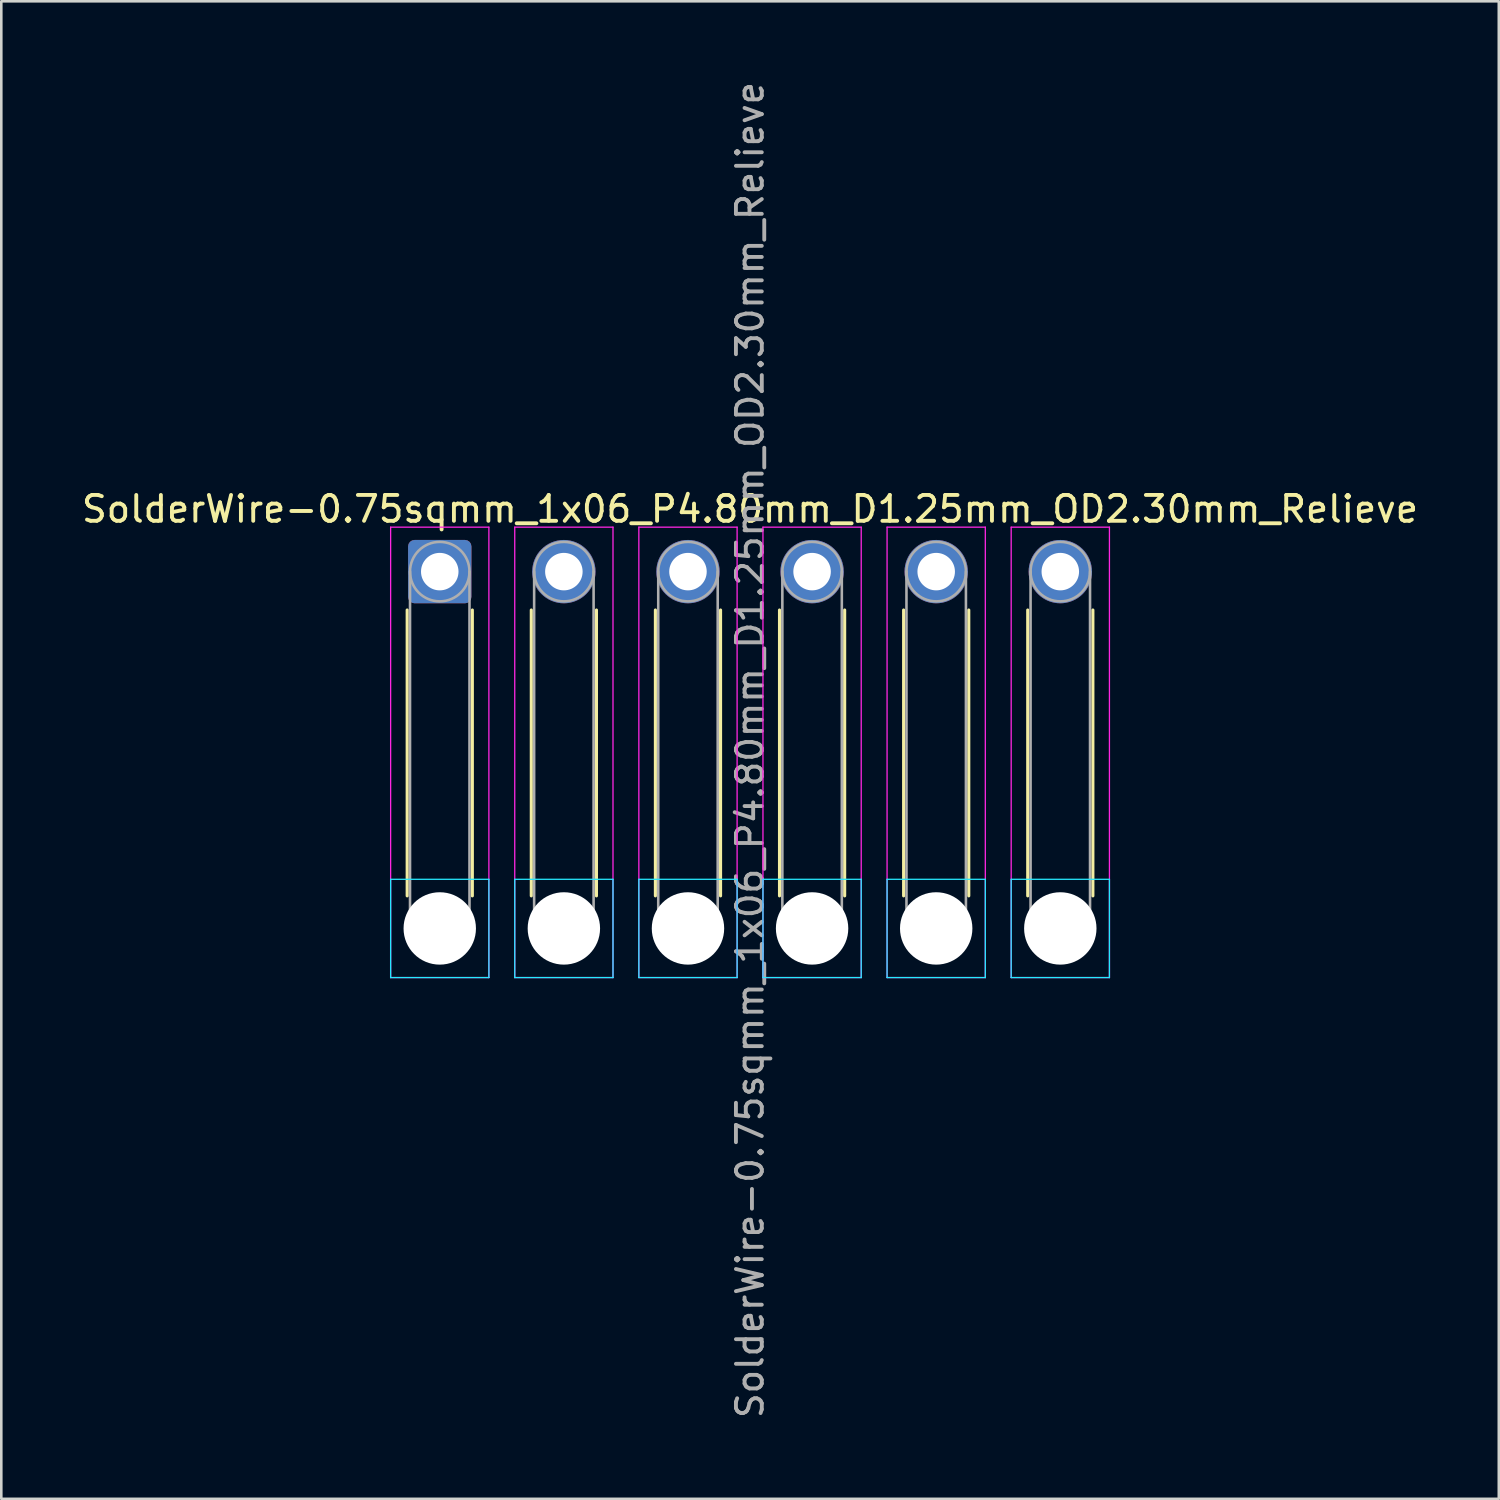
<source format=kicad_pcb>
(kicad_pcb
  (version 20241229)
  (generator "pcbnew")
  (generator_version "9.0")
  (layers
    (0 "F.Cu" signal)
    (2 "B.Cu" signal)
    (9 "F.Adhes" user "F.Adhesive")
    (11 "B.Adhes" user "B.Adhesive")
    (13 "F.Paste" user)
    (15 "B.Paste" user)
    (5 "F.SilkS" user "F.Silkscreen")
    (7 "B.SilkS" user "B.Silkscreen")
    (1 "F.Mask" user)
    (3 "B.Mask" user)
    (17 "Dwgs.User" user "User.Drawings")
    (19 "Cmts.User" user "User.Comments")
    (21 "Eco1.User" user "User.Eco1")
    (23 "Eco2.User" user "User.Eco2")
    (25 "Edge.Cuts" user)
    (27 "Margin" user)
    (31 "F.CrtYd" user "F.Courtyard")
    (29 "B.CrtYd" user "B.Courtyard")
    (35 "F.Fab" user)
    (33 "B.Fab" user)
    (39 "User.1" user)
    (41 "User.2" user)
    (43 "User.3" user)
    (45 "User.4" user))
  (footprint "SolderWire-0.75sqmm_1x06_P4.80mm_D1.25mm_OD2.30mm_Relieve"
    (layer "F.Cu")
    (at 13.958 19.058)
    (property "Reference" "SolderWire-0.75sqmm_1x06_P4.80mm_D1.25mm_OD2.30mm_Relieve" (at 12 -2.42 0) (layer "F.SilkS") (effects (font (size 1 1) (thickness 0.15))))
    (attr exclude_from_pos_files exclude_from_bom)
    (fp_line (start -1.26 1.485) (end -1.26 12.54) (stroke (width 0.12) (type solid)) (layer "F.SilkS"))
    (fp_line (start 1.26 1.485) (end 1.26 12.54) (stroke (width 0.12) (type solid)) (layer "F.SilkS"))
    (fp_line (start 3.54 1.485) (end 3.54 12.54) (stroke (width 0.12) (type solid)) (layer "F.SilkS"))
    (fp_line (start 6.06 1.485) (end 6.06 12.54) (stroke (width 0.12) (type solid)) (layer "F.SilkS"))
    (fp_line (start 8.34 1.485) (end 8.34 12.54) (stroke (width 0.12) (type solid)) (layer "F.SilkS"))
    (fp_line (start 10.86 1.485) (end 10.86 12.54) (stroke (width 0.12) (type solid)) (layer "F.SilkS"))
    (fp_line (start 13.14 1.485) (end 13.14 12.54) (stroke (width 0.12) (type solid)) (layer "F.SilkS"))
    (fp_line (start 15.66 1.485) (end 15.66 12.54) (stroke (width 0.12) (type solid)) (layer "F.SilkS"))
    (fp_line (start 17.94 1.485) (end 17.94 12.54) (stroke (width 0.12) (type solid)) (layer "F.SilkS"))
    (fp_line (start 20.46 1.485) (end 20.46 12.54) (stroke (width 0.12) (type solid)) (layer "F.SilkS"))
    (fp_line (start 22.74 1.485) (end 22.74 12.54) (stroke (width 0.12) (type solid)) (layer "F.SilkS"))
    (fp_line (start 25.26 1.485) (end 25.26 12.54) (stroke (width 0.12) (type solid)) (layer "F.SilkS"))
    (fp_line (start -1.9 11.9) (end -1.9 15.7) (stroke (width 0.05) (type solid)) (layer "B.CrtYd"))
    (fp_line (start -1.9 15.7) (end 1.9 15.7) (stroke (width 0.05) (type solid)) (layer "B.CrtYd"))
    (fp_line (start 1.9 11.9) (end -1.9 11.9) (stroke (width 0.05) (type solid)) (layer "B.CrtYd"))
    (fp_line (start 1.9 15.7) (end 1.9 11.9) (stroke (width 0.05) (type solid)) (layer "B.CrtYd"))
    (fp_line (start 2.9 11.9) (end 2.9 15.7) (stroke (width 0.05) (type solid)) (layer "B.CrtYd"))
    (fp_line (start 2.9 15.7) (end 6.7 15.7) (stroke (width 0.05) (type solid)) (layer "B.CrtYd"))
    (fp_line (start 6.7 11.9) (end 2.9 11.9) (stroke (width 0.05) (type solid)) (layer "B.CrtYd"))
    (fp_line (start 6.7 15.7) (end 6.7 11.9) (stroke (width 0.05) (type solid)) (layer "B.CrtYd"))
    (fp_line (start 7.7 11.9) (end 7.7 15.7) (stroke (width 0.05) (type solid)) (layer "B.CrtYd"))
    (fp_line (start 7.7 15.7) (end 11.5 15.7) (stroke (width 0.05) (type solid)) (layer "B.CrtYd"))
    (fp_line (start 11.5 11.9) (end 7.7 11.9) (stroke (width 0.05) (type solid)) (layer "B.CrtYd"))
    (fp_line (start 11.5 15.7) (end 11.5 11.9) (stroke (width 0.05) (type solid)) (layer "B.CrtYd"))
    (fp_line (start 12.5 11.9) (end 12.5 15.7) (stroke (width 0.05) (type solid)) (layer "B.CrtYd"))
    (fp_line (start 12.5 15.7) (end 16.3 15.7) (stroke (width 0.05) (type solid)) (layer "B.CrtYd"))
    (fp_line (start 16.3 11.9) (end 12.5 11.9) (stroke (width 0.05) (type solid)) (layer "B.CrtYd"))
    (fp_line (start 16.3 15.7) (end 16.3 11.9) (stroke (width 0.05) (type solid)) (layer "B.CrtYd"))
    (fp_line (start 17.3 11.9) (end 17.3 15.7) (stroke (width 0.05) (type solid)) (layer "B.CrtYd"))
    (fp_line (start 17.3 15.7) (end 21.1 15.7) (stroke (width 0.05) (type solid)) (layer "B.CrtYd"))
    (fp_line (start 21.1 11.9) (end 17.3 11.9) (stroke (width 0.05) (type solid)) (layer "B.CrtYd"))
    (fp_line (start 21.1 15.7) (end 21.1 11.9) (stroke (width 0.05) (type solid)) (layer "B.CrtYd"))
    (fp_line (start 22.1 11.9) (end 22.1 15.7) (stroke (width 0.05) (type solid)) (layer "B.CrtYd"))
    (fp_line (start 22.1 15.7) (end 25.9 15.7) (stroke (width 0.05) (type solid)) (layer "B.CrtYd"))
    (fp_line (start 25.9 11.9) (end 22.1 11.9) (stroke (width 0.05) (type solid)) (layer "B.CrtYd"))
    (fp_line (start 25.9 15.7) (end 25.9 11.9) (stroke (width 0.05) (type solid)) (layer "B.CrtYd"))
    (fp_line (start -1.9 -1.72) (end -1.9 15.7) (stroke (width 0.05) (type solid)) (layer "F.CrtYd"))
    (fp_line (start -1.9 15.7) (end 1.9 15.7) (stroke (width 0.05) (type solid)) (layer "F.CrtYd"))
    (fp_line (start 1.9 -1.72) (end -1.9 -1.72) (stroke (width 0.05) (type solid)) (layer "F.CrtYd"))
    (fp_line (start 1.9 15.7) (end 1.9 -1.72) (stroke (width 0.05) (type solid)) (layer "F.CrtYd"))
    (fp_line (start 2.9 -1.72) (end 2.9 15.7) (stroke (width 0.05) (type solid)) (layer "F.CrtYd"))
    (fp_line (start 2.9 15.7) (end 6.7 15.7) (stroke (width 0.05) (type solid)) (layer "F.CrtYd"))
    (fp_line (start 6.7 -1.72) (end 2.9 -1.72) (stroke (width 0.05) (type solid)) (layer "F.CrtYd"))
    (fp_line (start 6.7 15.7) (end 6.7 -1.72) (stroke (width 0.05) (type solid)) (layer "F.CrtYd"))
    (fp_line (start 7.7 -1.72) (end 7.7 15.7) (stroke (width 0.05) (type solid)) (layer "F.CrtYd"))
    (fp_line (start 7.7 15.7) (end 11.5 15.7) (stroke (width 0.05) (type solid)) (layer "F.CrtYd"))
    (fp_line (start 11.5 -1.72) (end 7.7 -1.72) (stroke (width 0.05) (type solid)) (layer "F.CrtYd"))
    (fp_line (start 11.5 15.7) (end 11.5 -1.72) (stroke (width 0.05) (type solid)) (layer "F.CrtYd"))
    (fp_line (start 12.5 -1.72) (end 12.5 15.7) (stroke (width 0.05) (type solid)) (layer "F.CrtYd"))
    (fp_line (start 12.5 15.7) (end 16.3 15.7) (stroke (width 0.05) (type solid)) (layer "F.CrtYd"))
    (fp_line (start 16.3 -1.72) (end 12.5 -1.72) (stroke (width 0.05) (type solid)) (layer "F.CrtYd"))
    (fp_line (start 16.3 15.7) (end 16.3 -1.72) (stroke (width 0.05) (type solid)) (layer "F.CrtYd"))
    (fp_line (start 17.3 -1.72) (end 17.3 15.7) (stroke (width 0.05) (type solid)) (layer "F.CrtYd"))
    (fp_line (start 17.3 15.7) (end 21.1 15.7) (stroke (width 0.05) (type solid)) (layer "F.CrtYd"))
    (fp_line (start 21.1 -1.72) (end 17.3 -1.72) (stroke (width 0.05) (type solid)) (layer "F.CrtYd"))
    (fp_line (start 21.1 15.7) (end 21.1 -1.72) (stroke (width 0.05) (type solid)) (layer "F.CrtYd"))
    (fp_line (start 22.1 -1.72) (end 22.1 15.7) (stroke (width 0.05) (type solid)) (layer "F.CrtYd"))
    (fp_line (start 22.1 15.7) (end 25.9 15.7) (stroke (width 0.05) (type solid)) (layer "F.CrtYd"))
    (fp_line (start 25.9 -1.72) (end 22.1 -1.72) (stroke (width 0.05) (type solid)) (layer "F.CrtYd"))
    (fp_line (start 25.9 15.7) (end 25.9 -1.72) (stroke (width 0.05) (type solid)) (layer "F.CrtYd"))
    (fp_line (start -1.15 0) (end -1.15 13.8) (stroke (width 0.1) (type solid)) (layer "F.Fab"))
    (fp_line (start 1.15 0) (end 1.15 13.8) (stroke (width 0.1) (type solid)) (layer "F.Fab"))
    (fp_line (start 3.65 0) (end 3.65 13.8) (stroke (width 0.1) (type solid)) (layer "F.Fab"))
    (fp_line (start 5.95 0) (end 5.95 13.8) (stroke (width 0.1) (type solid)) (layer "F.Fab"))
    (fp_line (start 8.45 0) (end 8.45 13.8) (stroke (width 0.1) (type solid)) (layer "F.Fab"))
    (fp_line (start 10.75 0) (end 10.75 13.8) (stroke (width 0.1) (type solid)) (layer "F.Fab"))
    (fp_line (start 13.25 0) (end 13.25 13.8) (stroke (width 0.1) (type solid)) (layer "F.Fab"))
    (fp_line (start 15.55 0) (end 15.55 13.8) (stroke (width 0.1) (type solid)) (layer "F.Fab"))
    (fp_line (start 18.05 0) (end 18.05 13.8) (stroke (width 0.1) (type solid)) (layer "F.Fab"))
    (fp_line (start 20.35 0) (end 20.35 13.8) (stroke (width 0.1) (type solid)) (layer "F.Fab"))
    (fp_line (start 22.85 0) (end 22.85 13.8) (stroke (width 0.1) (type solid)) (layer "F.Fab"))
    (fp_line (start 25.15 0) (end 25.15 13.8) (stroke (width 0.1) (type solid)) (layer "F.Fab"))
    (fp_circle (center 0 0) (end 1.15 0) (stroke (width 0.1) (type solid)) (fill no) (layer "F.Fab"))
    (fp_circle (center 0 13.8) (end 1.15 13.8) (stroke (width 0.1) (type solid)) (fill no) (layer "F.Fab"))
    (fp_circle (center 4.8 0) (end 5.95 0) (stroke (width 0.1) (type solid)) (fill no) (layer "F.Fab"))
    (fp_circle (center 4.8 13.8) (end 5.95 13.8) (stroke (width 0.1) (type solid)) (fill no) (layer "F.Fab"))
    (fp_circle (center 9.6 0) (end 10.75 0) (stroke (width 0.1) (type solid)) (fill no) (layer "F.Fab"))
    (fp_circle (center 9.6 13.8) (end 10.75 13.8) (stroke (width 0.1) (type solid)) (fill no) (layer "F.Fab"))
    (fp_circle (center 14.4 0) (end 15.55 0) (stroke (width 0.1) (type solid)) (fill no) (layer "F.Fab"))
    (fp_circle (center 14.4 13.8) (end 15.55 13.8) (stroke (width 0.1) (type solid)) (fill no) (layer "F.Fab"))
    (fp_circle (center 19.2 0) (end 20.35 0) (stroke (width 0.1) (type solid)) (fill no) (layer "F.Fab"))
    (fp_circle (center 19.2 13.8) (end 20.35 13.8) (stroke (width 0.1) (type solid)) (fill no) (layer "F.Fab"))
    (fp_circle (center 24 0) (end 25.15 0) (stroke (width 0.1) (type solid)) (fill no) (layer "F.Fab"))
    (fp_circle (center 24 13.8) (end 25.15 13.8) (stroke (width 0.1) (type solid)) (fill no) (layer "F.Fab"))
    (fp_text user "${REFERENCE}" (at 12 6.9 90) (layer "F.Fab") (effects (font (size 1 1) (thickness 0.15))))
    (pad "" np_thru_hole circle (at 0 13.8) (size 2.8 2.8) (drill 2.8) (layers "*.Cu" "*.Mask"))
    (pad "" np_thru_hole circle (at 4.8 13.8) (size 2.8 2.8) (drill 2.8) (layers "*.Cu" "*.Mask"))
    (pad "" np_thru_hole circle (at 9.6 13.8) (size 2.8 2.8) (drill 2.8) (layers "*.Cu" "*.Mask"))
    (pad "" np_thru_hole circle (at 14.4 13.8) (size 2.8 2.8) (drill 2.8) (layers "*.Cu" "*.Mask"))
    (pad "" np_thru_hole circle (at 19.2 13.8) (size 2.8 2.8) (drill 2.8) (layers "*.Cu" "*.Mask"))
    (pad "" np_thru_hole circle (at 24 13.8) (size 2.8 2.8) (drill 2.8) (layers "*.Cu" "*.Mask"))
    (pad "1" thru_hole roundrect (at 0 0) (size 2.45 2.45) (drill 1.45) (layers "*.Cu" "*.Mask") (roundrect_rratio 0.102))
    (pad "2" thru_hole circle (at 4.8 0) (size 2.45 2.45) (drill 1.45) (layers "*.Cu" "*.Mask"))
    (pad "3" thru_hole circle (at 9.6 0) (size 2.45 2.45) (drill 1.45) (layers "*.Cu" "*.Mask"))
    (pad "4" thru_hole circle (at 14.4 0) (size 2.45 2.45) (drill 1.45) (layers "*.Cu" "*.Mask"))
    (pad "5" thru_hole circle (at 19.2 0) (size 2.45 2.45) (drill 1.45) (layers "*.Cu" "*.Mask"))
    (pad "6" thru_hole circle (at 24 0) (size 2.45 2.45) (drill 1.45) (layers "*.Cu" "*.Mask")))
  (gr_rect
    (start -3 -3)
    (end 54.917 54.917)
    (stroke (width 0.1) (type default))
    (fill no)
    (layer "Edge.Cuts")))
</source>
